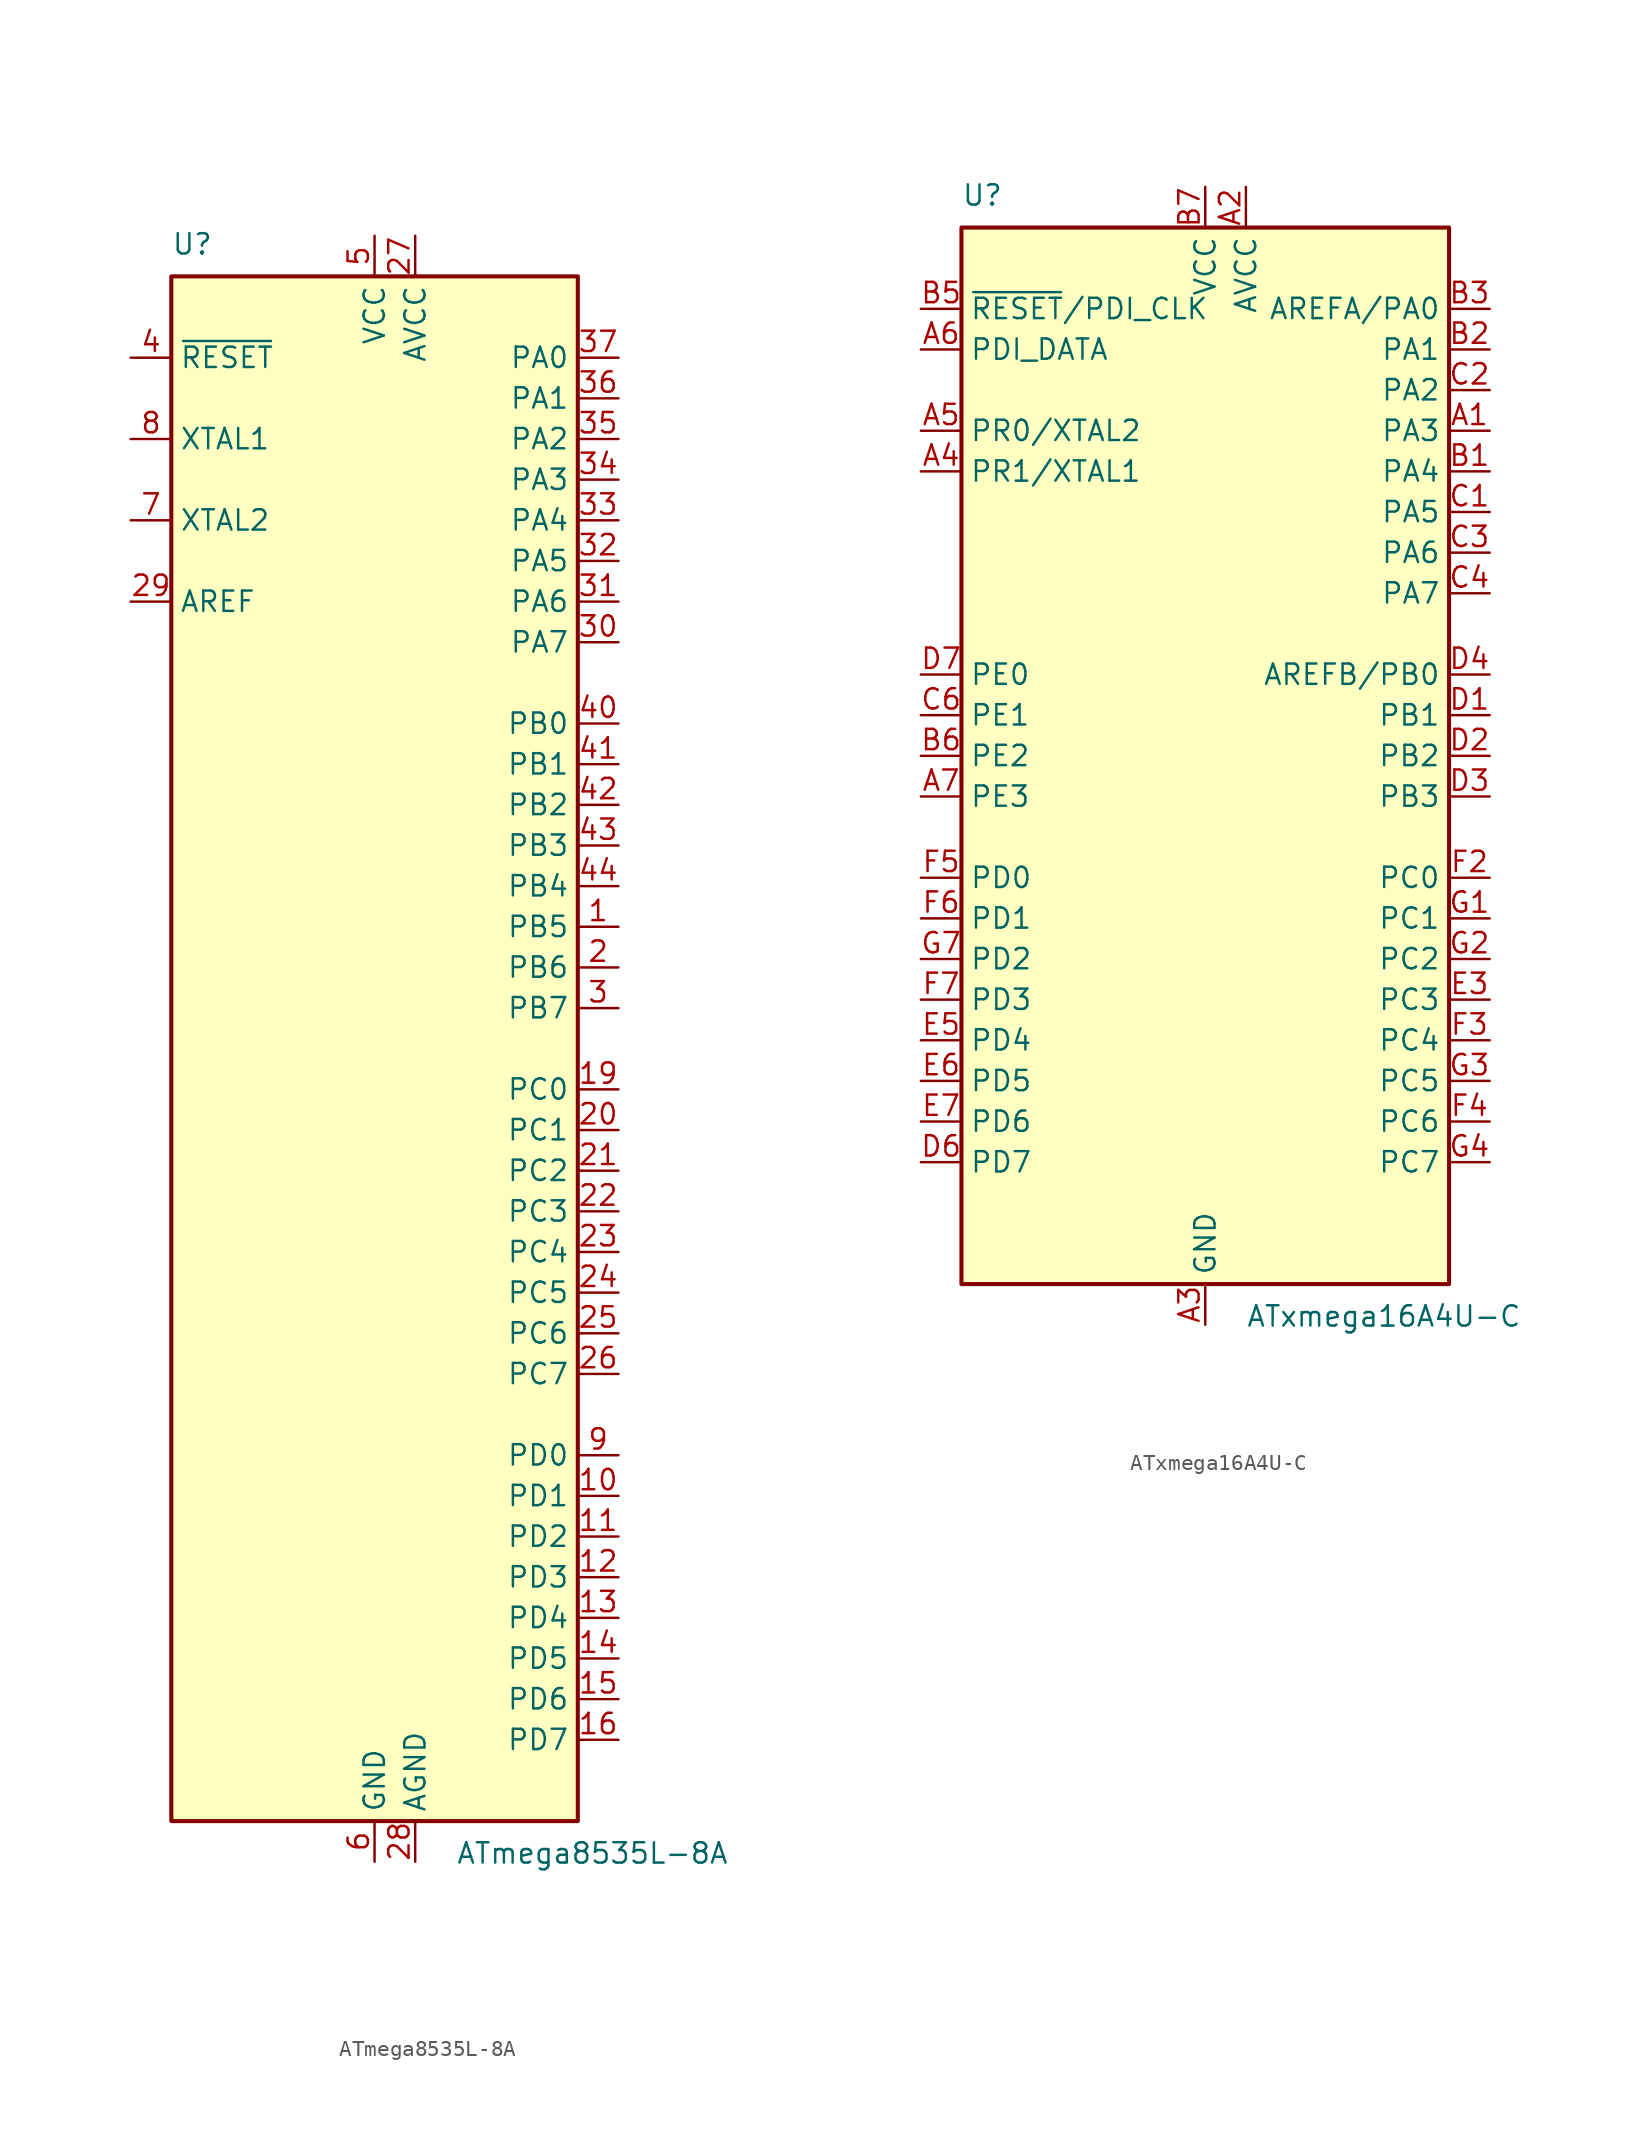
<source format=kicad_sym>
(kicad_symbol_lib
  (version 20211014)
  (generator kicad_symbol_editor)
  (symbol "ATmega8535L-8A"
    (property "Reference" "U"
      (at -12.7 49.53 0)
      (effects (font (size 1.27 1.27)) (justify left bottom)))
    (property "Value" "ATmega8535L-8A"
      (at 5.08 -49.53 0)
      (effects (font (size 1.27 1.27)) (justify left top)))
    (symbol "ATmega8535L-8A_0_1"
      (rectangle (start -12.7 -48.26) (end 12.7 48.26) (stroke (width 0.254) (type default) (color 0 0 0 0)) (fill (type background))))
    (symbol "ATmega8535L-8A_1_1"
      (pin bidirectional line (at 15.24 7.62 180) (length 2.54) (name "PB5" (effects (font (size 1.27 1.27)))) (number "1" (effects (font (size 1.27 1.27)))))
      (pin bidirectional line (at 15.24 -27.94 180) (length 2.54) (name "PD1" (effects (font (size 1.27 1.27)))) (number "10" (effects (font (size 1.27 1.27)))))
      (pin bidirectional line (at 15.24 -30.48 180) (length 2.54) (name "PD2" (effects (font (size 1.27 1.27)))) (number "11" (effects (font (size 1.27 1.27)))))
      (pin bidirectional line (at 15.24 -33.02 180) (length 2.54) (name "PD3" (effects (font (size 1.27 1.27)))) (number "12" (effects (font (size 1.27 1.27)))))
      (pin bidirectional line (at 15.24 -35.56 180) (length 2.54) (name "PD4" (effects (font (size 1.27 1.27)))) (number "13" (effects (font (size 1.27 1.27)))))
      (pin bidirectional line (at 15.24 -38.1 180) (length 2.54) (name "PD5" (effects (font (size 1.27 1.27)))) (number "14" (effects (font (size 1.27 1.27)))))
      (pin bidirectional line (at 15.24 -40.64 180) (length 2.54) (name "PD6" (effects (font (size 1.27 1.27)))) (number "15" (effects (font (size 1.27 1.27)))))
      (pin bidirectional line (at 15.24 -43.18 180) (length 2.54) (name "PD7" (effects (font (size 1.27 1.27)))) (number "16" (effects (font (size 1.27 1.27)))))
      (pin passive line (at 0 50.8 270) (length 2.54) hide (name "VCC" (effects (font (size 1.27 1.27)))) (number "17" (effects (font (size 1.27 1.27)))))
      (pin passive line (at 0 -50.8 90) (length 2.54) hide (name "GND" (effects (font (size 1.27 1.27)))) (number "18" (effects (font (size 1.27 1.27)))))
      (pin bidirectional line (at 15.24 -2.54 180) (length 2.54) (name "PC0" (effects (font (size 1.27 1.27)))) (number "19" (effects (font (size 1.27 1.27)))))
      (pin bidirectional line (at 15.24 5.08 180) (length 2.54) (name "PB6" (effects (font (size 1.27 1.27)))) (number "2" (effects (font (size 1.27 1.27)))))
      (pin bidirectional line (at 15.24 -5.08 180) (length 2.54) (name "PC1" (effects (font (size 1.27 1.27)))) (number "20" (effects (font (size 1.27 1.27)))))
      (pin bidirectional line (at 15.24 -7.62 180) (length 2.54) (name "PC2" (effects (font (size 1.27 1.27)))) (number "21" (effects (font (size 1.27 1.27)))))
      (pin bidirectional line (at 15.24 -10.16 180) (length 2.54) (name "PC3" (effects (font (size 1.27 1.27)))) (number "22" (effects (font (size 1.27 1.27)))))
      (pin bidirectional line (at 15.24 -12.7 180) (length 2.54) (name "PC4" (effects (font (size 1.27 1.27)))) (number "23" (effects (font (size 1.27 1.27)))))
      (pin bidirectional line (at 15.24 -15.24 180) (length 2.54) (name "PC5" (effects (font (size 1.27 1.27)))) (number "24" (effects (font (size 1.27 1.27)))))
      (pin bidirectional line (at 15.24 -17.78 180) (length 2.54) (name "PC6" (effects (font (size 1.27 1.27)))) (number "25" (effects (font (size 1.27 1.27)))))
      (pin bidirectional line (at 15.24 -20.32 180) (length 2.54) (name "PC7" (effects (font (size 1.27 1.27)))) (number "26" (effects (font (size 1.27 1.27)))))
      (pin power_in line (at 2.54 50.8 270) (length 2.54) (name "AVCC" (effects (font (size 1.27 1.27)))) (number "27" (effects (font (size 1.27 1.27)))))
      (pin power_in line (at 2.54 -50.8 90) (length 2.54) (name "AGND" (effects (font (size 1.27 1.27)))) (number "28" (effects (font (size 1.27 1.27)))))
      (pin passive line (at -15.24 27.94 0) (length 2.54) (name "AREF" (effects (font (size 1.27 1.27)))) (number "29" (effects (font (size 1.27 1.27)))))
      (pin bidirectional line (at 15.24 2.54 180) (length 2.54) (name "PB7" (effects (font (size 1.27 1.27)))) (number "3" (effects (font (size 1.27 1.27)))))
      (pin bidirectional line (at 15.24 25.4 180) (length 2.54) (name "PA7" (effects (font (size 1.27 1.27)))) (number "30" (effects (font (size 1.27 1.27)))))
      (pin bidirectional line (at 15.24 27.94 180) (length 2.54) (name "PA6" (effects (font (size 1.27 1.27)))) (number "31" (effects (font (size 1.27 1.27)))))
      (pin bidirectional line (at 15.24 30.48 180) (length 2.54) (name "PA5" (effects (font (size 1.27 1.27)))) (number "32" (effects (font (size 1.27 1.27)))))
      (pin bidirectional line (at 15.24 33.02 180) (length 2.54) (name "PA4" (effects (font (size 1.27 1.27)))) (number "33" (effects (font (size 1.27 1.27)))))
      (pin bidirectional line (at 15.24 35.56 180) (length 2.54) (name "PA3" (effects (font (size 1.27 1.27)))) (number "34" (effects (font (size 1.27 1.27)))))
      (pin bidirectional line (at 15.24 38.1 180) (length 2.54) (name "PA2" (effects (font (size 1.27 1.27)))) (number "35" (effects (font (size 1.27 1.27)))))
      (pin bidirectional line (at 15.24 40.64 180) (length 2.54) (name "PA1" (effects (font (size 1.27 1.27)))) (number "36" (effects (font (size 1.27 1.27)))))
      (pin bidirectional line (at 15.24 43.18 180) (length 2.54) (name "PA0" (effects (font (size 1.27 1.27)))) (number "37" (effects (font (size 1.27 1.27)))))
      (pin passive line (at 0 50.8 270) (length 2.54) hide (name "VCC" (effects (font (size 1.27 1.27)))) (number "38" (effects (font (size 1.27 1.27)))))
      (pin passive line (at 0 -50.8 90) (length 2.54) hide (name "GND" (effects (font (size 1.27 1.27)))) (number "39" (effects (font (size 1.27 1.27)))))
      (pin input line (at -15.24 43.18 0) (length 2.54) (name "~{RESET}" (effects (font (size 1.27 1.27)))) (number "4" (effects (font (size 1.27 1.27)))))
      (pin bidirectional line (at 15.24 20.32 180) (length 2.54) (name "PB0" (effects (font (size 1.27 1.27)))) (number "40" (effects (font (size 1.27 1.27)))))
      (pin bidirectional line (at 15.24 17.78 180) (length 2.54) (name "PB1" (effects (font (size 1.27 1.27)))) (number "41" (effects (font (size 1.27 1.27)))))
      (pin bidirectional line (at 15.24 15.24 180) (length 2.54) (name "PB2" (effects (font (size 1.27 1.27)))) (number "42" (effects (font (size 1.27 1.27)))))
      (pin bidirectional line (at 15.24 12.7 180) (length 2.54) (name "PB3" (effects (font (size 1.27 1.27)))) (number "43" (effects (font (size 1.27 1.27)))))
      (pin bidirectional line (at 15.24 10.16 180) (length 2.54) (name "PB4" (effects (font (size 1.27 1.27)))) (number "44" (effects (font (size 1.27 1.27)))))
      (pin power_in line (at 0 50.8 270) (length 2.54) (name "VCC" (effects (font (size 1.27 1.27)))) (number "5" (effects (font (size 1.27 1.27)))))
      (pin power_in line (at 0 -50.8 90) (length 2.54) (name "GND" (effects (font (size 1.27 1.27)))) (number "6" (effects (font (size 1.27 1.27)))))
      (pin output line (at -15.24 33.02 0) (length 2.54) (name "XTAL2" (effects (font (size 1.27 1.27)))) (number "7" (effects (font (size 1.27 1.27)))))
      (pin input line (at -15.24 38.1 0) (length 2.54) (name "XTAL1" (effects (font (size 1.27 1.27)))) (number "8" (effects (font (size 1.27 1.27)))))
      (pin bidirectional line (at 15.24 -25.4 180) (length 2.54) (name "PD0" (effects (font (size 1.27 1.27)))) (number "9" (effects (font (size 1.27 1.27)))))))
  (symbol "ATxmega16A4U-C"
    (property "Reference" "U"
      (at -15.24 34.29 0)
      (effects (font (size 1.27 1.27)) (justify left bottom)))
    (property "Value" "ATxmega16A4U-C"
      (at 2.54 -34.29 0)
      (effects (font (size 1.27 1.27)) (justify left top)))
    (symbol "ATxmega16A4U-C_0_1"
      (rectangle (start -15.24 -33.02) (end 15.24 33.02) (stroke (width 0.254) (type default) (color 0 0 0 0)) (fill (type background))))
    (symbol "ATxmega16A4U-C_1_1"
      (pin bidirectional line (at 17.78 20.32 180) (length 2.54) (name "PA3" (effects (font (size 1.27 1.27)))) (number "A1" (effects (font (size 1.27 1.27)))))
      (pin power_in line (at 2.54 35.56 270) (length 2.54) (name "AVCC" (effects (font (size 1.27 1.27)))) (number "A2" (effects (font (size 1.27 1.27)))))
      (pin power_in line (at 0 -35.56 90) (length 2.54) (name "GND" (effects (font (size 1.27 1.27)))) (number "A3" (effects (font (size 1.27 1.27)))))
      (pin bidirectional line (at -17.78 17.78 0) (length 2.54) (name "PR1/XTAL1" (effects (font (size 1.27 1.27)))) (number "A4" (effects (font (size 1.27 1.27)))))
      (pin bidirectional line (at -17.78 20.32 0) (length 2.54) (name "PR0/XTAL2" (effects (font (size 1.27 1.27)))) (number "A5" (effects (font (size 1.27 1.27)))))
      (pin bidirectional line (at -17.78 25.4 0) (length 2.54) (name "PDI_DATA" (effects (font (size 1.27 1.27)))) (number "A6" (effects (font (size 1.27 1.27)))))
      (pin bidirectional line (at -17.78 -2.54 0) (length 2.54) (name "PE3" (effects (font (size 1.27 1.27)))) (number "A7" (effects (font (size 1.27 1.27)))))
      (pin bidirectional line (at 17.78 17.78 180) (length 2.54) (name "PA4" (effects (font (size 1.27 1.27)))) (number "B1" (effects (font (size 1.27 1.27)))))
      (pin bidirectional line (at 17.78 25.4 180) (length 2.54) (name "PA1" (effects (font (size 1.27 1.27)))) (number "B2" (effects (font (size 1.27 1.27)))))
      (pin bidirectional line (at 17.78 27.94 180) (length 2.54) (name "AREFA/PA0" (effects (font (size 1.27 1.27)))) (number "B3" (effects (font (size 1.27 1.27)))))
      (pin passive line (at 0 -35.56 90) (length 2.54) hide (name "GND" (effects (font (size 1.27 1.27)))) (number "B4" (effects (font (size 1.27 1.27)))))
      (pin input line (at -17.78 27.94 0) (length 2.54) (name "~{RESET}/PDI_CLK" (effects (font (size 1.27 1.27)))) (number "B5" (effects (font (size 1.27 1.27)))))
      (pin bidirectional line (at -17.78 0 0) (length 2.54) (name "PE2" (effects (font (size 1.27 1.27)))) (number "B6" (effects (font (size 1.27 1.27)))))
      (pin power_in line (at 0 35.56 270) (length 2.54) (name "VCC" (effects (font (size 1.27 1.27)))) (number "B7" (effects (font (size 1.27 1.27)))))
      (pin bidirectional line (at 17.78 15.24 180) (length 2.54) (name "PA5" (effects (font (size 1.27 1.27)))) (number "C1" (effects (font (size 1.27 1.27)))))
      (pin bidirectional line (at 17.78 22.86 180) (length 2.54) (name "PA2" (effects (font (size 1.27 1.27)))) (number "C2" (effects (font (size 1.27 1.27)))))
      (pin bidirectional line (at 17.78 12.7 180) (length 2.54) (name "PA6" (effects (font (size 1.27 1.27)))) (number "C3" (effects (font (size 1.27 1.27)))))
      (pin bidirectional line (at 17.78 10.16 180) (length 2.54) (name "PA7" (effects (font (size 1.27 1.27)))) (number "C4" (effects (font (size 1.27 1.27)))))
      (pin passive line (at 0 -35.56 90) (length 2.54) hide (name "GND" (effects (font (size 1.27 1.27)))) (number "C5" (effects (font (size 1.27 1.27)))))
      (pin bidirectional line (at -17.78 2.54 0) (length 2.54) (name "PE1" (effects (font (size 1.27 1.27)))) (number "C6" (effects (font (size 1.27 1.27)))))
      (pin passive line (at 0 -35.56 90) (length 2.54) hide (name "GND" (effects (font (size 1.27 1.27)))) (number "C7" (effects (font (size 1.27 1.27)))))
      (pin bidirectional line (at 17.78 2.54 180) (length 2.54) (name "PB1" (effects (font (size 1.27 1.27)))) (number "D1" (effects (font (size 1.27 1.27)))))
      (pin bidirectional line (at 17.78 0 180) (length 2.54) (name "PB2" (effects (font (size 1.27 1.27)))) (number "D2" (effects (font (size 1.27 1.27)))))
      (pin bidirectional line (at 17.78 -2.54 180) (length 2.54) (name "PB3" (effects (font (size 1.27 1.27)))) (number "D3" (effects (font (size 1.27 1.27)))))
      (pin bidirectional line (at 17.78 5.08 180) (length 2.54) (name "AREFB/PB0" (effects (font (size 1.27 1.27)))) (number "D4" (effects (font (size 1.27 1.27)))))
      (pin passive line (at 0 -35.56 90) (length 2.54) hide (name "GND" (effects (font (size 1.27 1.27)))) (number "D5" (effects (font (size 1.27 1.27)))))
      (pin bidirectional line (at -17.78 -25.4 0) (length 2.54) (name "PD7" (effects (font (size 1.27 1.27)))) (number "D6" (effects (font (size 1.27 1.27)))))
      (pin bidirectional line (at -17.78 5.08 0) (length 2.54) (name "PE0" (effects (font (size 1.27 1.27)))) (number "D7" (effects (font (size 1.27 1.27)))))
      (pin passive line (at 0 -35.56 90) (length 2.54) hide (name "GND" (effects (font (size 1.27 1.27)))) (number "E1" (effects (font (size 1.27 1.27)))))
      (pin passive line (at 0 -35.56 90) (length 2.54) hide (name "GND" (effects (font (size 1.27 1.27)))) (number "E2" (effects (font (size 1.27 1.27)))))
      (pin bidirectional line (at 17.78 -15.24 180) (length 2.54) (name "PC3" (effects (font (size 1.27 1.27)))) (number "E3" (effects (font (size 1.27 1.27)))))
      (pin passive line (at 0 -35.56 90) (length 2.54) hide (name "GND" (effects (font (size 1.27 1.27)))) (number "E4" (effects (font (size 1.27 1.27)))))
      (pin bidirectional line (at -17.78 -17.78 0) (length 2.54) (name "PD4" (effects (font (size 1.27 1.27)))) (number "E5" (effects (font (size 1.27 1.27)))))
      (pin bidirectional line (at -17.78 -20.32 0) (length 2.54) (name "PD5" (effects (font (size 1.27 1.27)))) (number "E6" (effects (font (size 1.27 1.27)))))
      (pin bidirectional line (at -17.78 -22.86 0) (length 2.54) (name "PD6" (effects (font (size 1.27 1.27)))) (number "E7" (effects (font (size 1.27 1.27)))))
      (pin passive line (at 0 35.56 270) (length 2.54) hide (name "VCC" (effects (font (size 1.27 1.27)))) (number "F1" (effects (font (size 1.27 1.27)))))
      (pin bidirectional line (at 17.78 -7.62 180) (length 2.54) (name "PC0" (effects (font (size 1.27 1.27)))) (number "F2" (effects (font (size 1.27 1.27)))))
      (pin bidirectional line (at 17.78 -17.78 180) (length 2.54) (name "PC4" (effects (font (size 1.27 1.27)))) (number "F3" (effects (font (size 1.27 1.27)))))
      (pin bidirectional line (at 17.78 -22.86 180) (length 2.54) (name "PC6" (effects (font (size 1.27 1.27)))) (number "F4" (effects (font (size 1.27 1.27)))))
      (pin bidirectional line (at -17.78 -7.62 0) (length 2.54) (name "PD0" (effects (font (size 1.27 1.27)))) (number "F5" (effects (font (size 1.27 1.27)))))
      (pin bidirectional line (at -17.78 -10.16 0) (length 2.54) (name "PD1" (effects (font (size 1.27 1.27)))) (number "F6" (effects (font (size 1.27 1.27)))))
      (pin bidirectional line (at -17.78 -15.24 0) (length 2.54) (name "PD3" (effects (font (size 1.27 1.27)))) (number "F7" (effects (font (size 1.27 1.27)))))
      (pin bidirectional line (at 17.78 -10.16 180) (length 2.54) (name "PC1" (effects (font (size 1.27 1.27)))) (number "G1" (effects (font (size 1.27 1.27)))))
      (pin bidirectional line (at 17.78 -12.7 180) (length 2.54) (name "PC2" (effects (font (size 1.27 1.27)))) (number "G2" (effects (font (size 1.27 1.27)))))
      (pin bidirectional line (at 17.78 -20.32 180) (length 2.54) (name "PC5" (effects (font (size 1.27 1.27)))) (number "G3" (effects (font (size 1.27 1.27)))))
      (pin bidirectional line (at 17.78 -25.4 180) (length 2.54) (name "PC7" (effects (font (size 1.27 1.27)))) (number "G4" (effects (font (size 1.27 1.27)))))
      (pin passive line (at 0 -35.56 90) (length 2.54) hide (name "GND" (effects (font (size 1.27 1.27)))) (number "G5" (effects (font (size 1.27 1.27)))))
      (pin passive line (at 0 35.56 270) (length 2.54) hide (name "VCC" (effects (font (size 1.27 1.27)))) (number "G6" (effects (font (size 1.27 1.27)))))
      (pin bidirectional line (at -17.78 -12.7 0) (length 2.54) (name "PD2" (effects (font (size 1.27 1.27)))) (number "G7" (effects (font (size 1.27 1.27))))))))
</source>
